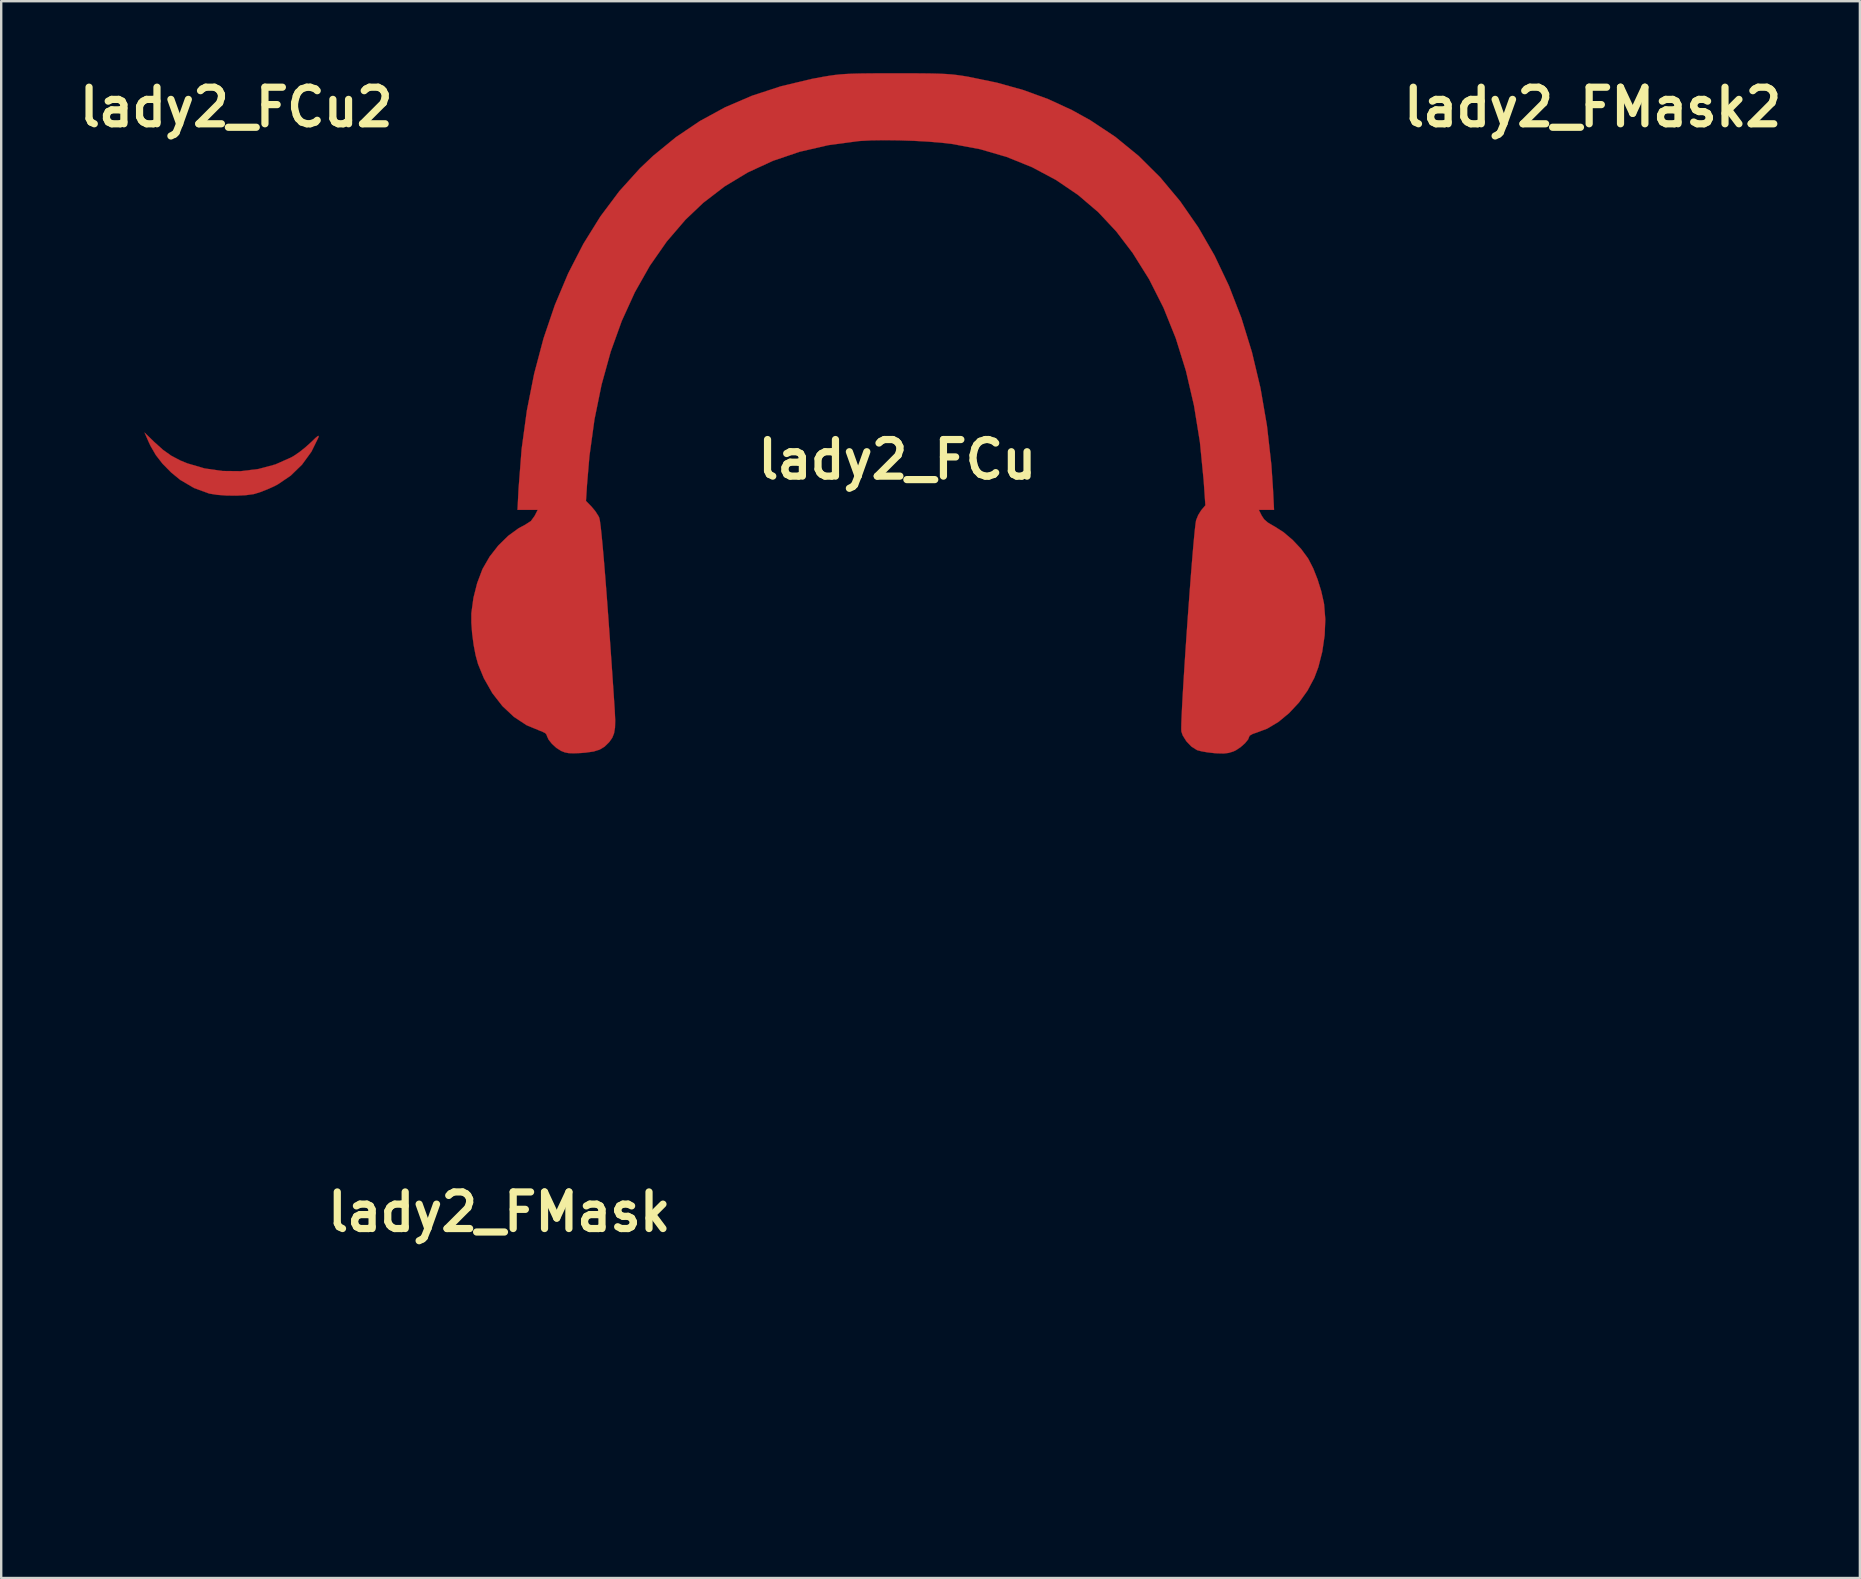
<source format=kicad_pcb>
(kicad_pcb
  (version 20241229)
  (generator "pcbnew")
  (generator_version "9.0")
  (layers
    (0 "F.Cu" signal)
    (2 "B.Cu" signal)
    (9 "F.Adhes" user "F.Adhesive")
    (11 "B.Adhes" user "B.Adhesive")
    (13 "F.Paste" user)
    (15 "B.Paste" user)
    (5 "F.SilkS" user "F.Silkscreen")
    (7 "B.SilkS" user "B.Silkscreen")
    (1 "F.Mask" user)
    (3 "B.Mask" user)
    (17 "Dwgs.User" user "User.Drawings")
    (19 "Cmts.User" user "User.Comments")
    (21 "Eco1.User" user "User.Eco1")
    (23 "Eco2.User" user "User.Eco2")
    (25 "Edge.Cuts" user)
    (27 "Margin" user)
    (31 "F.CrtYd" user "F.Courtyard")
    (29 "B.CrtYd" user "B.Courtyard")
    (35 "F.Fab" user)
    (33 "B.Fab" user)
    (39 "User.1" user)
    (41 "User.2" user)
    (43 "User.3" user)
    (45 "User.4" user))
  (footprint "lady2_FCu"
    (layer "F.Cu")
    (at 34.339 16.1)
    (property "Reference" "lady2_FCu" (at 0 0 0) (layer "F.SilkS") (effects (font (size 1.524 1.524) (thickness 0.3))))
    (attr through_hole)
    (fp_poly (pts (xy 0.539 -16.095) (xy 1.033 -16.092) (xy 1.436 -16.087) (xy 1.766 -16.078) (xy 2.042 -16.065) (xy 2.28 -16.047) (xy 2.499 -16.022) (xy 2.717 -15.991) (xy 2.953 -15.952) (xy 2.953 -15.952) (xy 4.15 -15.705) (xy 5.255 -15.397) (xy 6.29 -15.019) (xy 7.278 -14.563) (xy 8.045 -14.138) (xy 9.086 -13.447) (xy 10.057 -12.653) (xy 10.958 -11.757) (xy 11.787 -10.765) (xy 12.541 -9.679) (xy 13.219 -8.504) (xy 13.819 -7.243) (xy 14.339 -5.9) (xy 14.778 -4.477) (xy 15.134 -2.98) (xy 15.404 -1.411) (xy 15.588 0.225) (xy 15.657 1.254) (xy 15.699 2.095) (xy 15.065 2.095) (xy 15.184 2.334) (xy 15.287 2.49) (xy 15.443 2.626) (xy 15.685 2.769) (xy 15.722 2.788) (xy 16.093 3.025) (xy 16.472 3.347) (xy 16.822 3.718) (xy 17.107 4.104) (xy 17.136 4.152) (xy 17.332 4.534) (xy 17.514 4.995) (xy 17.667 5.487) (xy 17.774 5.964) (xy 17.785 6.032) (xy 17.835 6.652) (xy 17.808 7.323) (xy 17.709 8.003) (xy 17.545 8.649) (xy 17.377 9.096) (xy 17.093 9.628) (xy 16.737 10.124) (xy 16.326 10.564) (xy 15.88 10.933) (xy 15.417 11.21) (xy 14.983 11.373) (xy 14.804 11.434) (xy 14.69 11.5) (xy 14.668 11.535) (xy 14.618 11.663) (xy 14.487 11.822) (xy 14.306 11.982) (xy 14.108 12.114) (xy 13.998 12.165) (xy 13.809 12.223) (xy 13.606 12.247) (xy 13.343 12.241) (xy 13.2 12.231) (xy 12.928 12.2) (xy 12.68 12.157) (xy 12.504 12.111) (xy 12.486 12.104) (xy 12.257 11.959) (xy 12.047 11.74) (xy 11.892 11.492) (xy 11.837 11.329) (xy 11.833 11.215) (xy 11.837 10.989) (xy 11.85 10.662) (xy 11.87 10.248) (xy 11.897 9.759) (xy 11.93 9.211) (xy 11.967 8.614) (xy 12.008 7.983) (xy 12.052 7.331) (xy 12.098 6.671) (xy 12.146 6.015) (xy 12.193 5.378) (xy 12.239 4.773) (xy 12.284 4.211) (xy 12.326 3.708) (xy 12.365 3.275) (xy 12.399 2.927) (xy 12.428 2.675) (xy 12.45 2.534) (xy 12.452 2.527) (xy 12.538 2.314) (xy 12.664 2.112) (xy 12.675 2.099) (xy 12.838 1.906) (xy 12.767 0.874) (xy 12.61 -0.731) (xy 12.363 -2.256) (xy 12.027 -3.699) (xy 11.604 -5.057) (xy 11.092 -6.329) (xy 10.495 -7.512) (xy 9.811 -8.605) (xy 9.126 -9.505) (xy 8.373 -10.31) (xy 7.533 -11.027) (xy 6.613 -11.651) (xy 5.622 -12.18) (xy 4.566 -12.608) (xy 3.454 -12.933) (xy 2.294 -13.15) (xy 1.841 -13.203) (xy 1.284 -13.249) (xy 0.681 -13.282) (xy 0.064 -13.302) (xy -0.533 -13.309) (xy -1.077 -13.301) (xy -1.536 -13.277) (xy -1.62 -13.27) (xy -2.878 -13.101) (xy -4.066 -12.827) (xy -5.181 -12.449) (xy -6.224 -11.968) (xy -7.193 -11.384) (xy -8.088 -10.697) (xy -8.827 -9.994) (xy -9.609 -9.083) (xy -10.312 -8.074) (xy -10.937 -6.97) (xy -11.481 -5.775) (xy -11.943 -4.492) (xy -12.322 -3.123) (xy -12.618 -1.672) (xy -12.828 -0.143) (xy -12.928 1.036) (xy -12.972 1.723) (xy -12.744 1.957) (xy -12.586 2.146) (xy -12.455 2.349) (xy -12.419 2.423) (xy -12.394 2.538) (xy -12.361 2.776) (xy -12.323 3.132) (xy -12.278 3.601) (xy -12.227 4.179) (xy -12.171 4.863) (xy -12.11 5.647) (xy -12.045 6.526) (xy -11.975 7.498) (xy -11.901 8.556) (xy -11.823 9.697) (xy -11.773 10.454) (xy -11.754 10.86) (xy -11.762 11.168) (xy -11.801 11.403) (xy -11.876 11.591) (xy -11.993 11.759) (xy -12.02 11.79) (xy -12.2 11.965) (xy -12.402 12.086) (xy -12.655 12.165) (xy -12.989 12.212) (xy -13.192 12.228) (xy -13.486 12.24) (xy -13.694 12.232) (xy -13.856 12.2) (xy -14.009 12.139) (xy -14.204 12.015) (xy -14.388 11.847) (xy -14.531 11.668) (xy -14.602 11.512) (xy -14.605 11.482) (xy -14.663 11.402) (xy -14.819 11.324) (xy -14.875 11.306) (xy -15.442 11.071) (xy -15.971 10.724) (xy -16.452 10.274) (xy -16.874 9.732) (xy -17.228 9.109) (xy -17.469 8.521) (xy -17.569 8.16) (xy -17.653 7.721) (xy -17.715 7.251) (xy -17.748 6.8) (xy -17.748 6.416) (xy -17.746 6.385) (xy -17.662 5.766) (xy -17.506 5.148) (xy -17.294 4.587) (xy -17.271 4.538) (xy -16.986 4.044) (xy -16.626 3.583) (xy -16.215 3.18) (xy -15.78 2.862) (xy -15.51 2.718) (xy -15.266 2.561) (xy -15.111 2.346) (xy -14.983 2.095) (xy -15.825 2.095) (xy -15.781 1.222) (xy -15.653 -0.44) (xy -15.435 -2.042) (xy -15.13 -3.58) (xy -14.741 -5.048) (xy -14.268 -6.442) (xy -13.714 -7.757) (xy -13.081 -8.989) (xy -12.37 -10.132) (xy -11.584 -11.182) (xy -10.725 -12.133) (xy -10.173 -12.657) (xy -9.224 -13.433) (xy -8.227 -14.106) (xy -7.172 -14.681) (xy -6.049 -15.163) (xy -4.849 -15.555) (xy -3.562 -15.862) (xy -3.08 -15.952) (xy -2.844 -15.991) (xy -2.626 -16.023) (xy -2.406 -16.047) (xy -2.167 -16.065) (xy -1.891 -16.078) (xy -1.56 -16.087) (xy -1.156 -16.092) (xy -0.661 -16.095) (xy -0.064 -16.095) (xy 0.539 -16.095)) (stroke (width 0.01) (type solid)) (fill yes) (layer "F.Cu")))
  (footprint "lady2_FMask"
    (layer "F.Cu")
    (at 17.753 47.452)
    (property "Reference" "lady2_FMask" (at 0 0 0) (layer "F.SilkS") (effects (font (size 1.524 1.524) (thickness 0.3))))
    (attr through_hole)
    (fp_poly (pts (xy 0.539 -16.095) (xy 1.033 -16.092) (xy 1.436 -16.087) (xy 1.766 -16.078) (xy 2.042 -16.065) (xy 2.28 -16.047) (xy 2.499 -16.022) (xy 2.717 -15.991) (xy 2.953 -15.952) (xy 2.953 -15.952) (xy 4.15 -15.705) (xy 5.255 -15.397) (xy 6.29 -15.019) (xy 7.278 -14.563) (xy 8.045 -14.138) (xy 9.086 -13.447) (xy 10.057 -12.653) (xy 10.958 -11.757) (xy 11.787 -10.765) (xy 12.541 -9.679) (xy 13.219 -8.504) (xy 13.819 -7.243) (xy 14.339 -5.9) (xy 14.778 -4.477) (xy 15.134 -2.98) (xy 15.404 -1.411) (xy 15.588 0.225) (xy 15.657 1.254) (xy 15.699 2.095) (xy 15.065 2.095) (xy 15.184 2.334) (xy 15.287 2.49) (xy 15.443 2.626) (xy 15.685 2.769) (xy 15.722 2.788) (xy 16.093 3.025) (xy 16.472 3.347) (xy 16.822 3.718) (xy 17.107 4.104) (xy 17.136 4.152) (xy 17.332 4.534) (xy 17.514 4.995) (xy 17.667 5.487) (xy 17.774 5.964) (xy 17.785 6.032) (xy 17.835 6.652) (xy 17.808 7.323) (xy 17.709 8.003) (xy 17.545 8.649) (xy 17.377 9.096) (xy 17.093 9.628) (xy 16.737 10.124) (xy 16.326 10.564) (xy 15.88 10.933) (xy 15.417 11.21) (xy 14.983 11.373) (xy 14.804 11.434) (xy 14.69 11.5) (xy 14.668 11.535) (xy 14.618 11.663) (xy 14.487 11.822) (xy 14.306 11.982) (xy 14.108 12.114) (xy 13.998 12.165) (xy 13.809 12.223) (xy 13.606 12.247) (xy 13.343 12.241) (xy 13.2 12.231) (xy 12.928 12.2) (xy 12.68 12.157) (xy 12.504 12.111) (xy 12.486 12.104) (xy 12.257 11.959) (xy 12.047 11.74) (xy 11.892 11.492) (xy 11.837 11.329) (xy 11.833 11.215) (xy 11.837 10.989) (xy 11.85 10.662) (xy 11.87 10.248) (xy 11.897 9.759) (xy 11.93 9.211) (xy 11.967 8.614) (xy 12.008 7.983) (xy 12.052 7.331) (xy 12.098 6.671) (xy 12.146 6.015) (xy 12.193 5.378) (xy 12.239 4.773) (xy 12.284 4.211) (xy 12.326 3.708) (xy 12.365 3.275) (xy 12.399 2.927) (xy 12.428 2.675) (xy 12.45 2.534) (xy 12.452 2.527) (xy 12.538 2.314) (xy 12.664 2.112) (xy 12.675 2.099) (xy 12.838 1.906) (xy 12.767 0.874) (xy 12.61 -0.731) (xy 12.363 -2.256) (xy 12.027 -3.699) (xy 11.604 -5.057) (xy 11.092 -6.329) (xy 10.495 -7.512) (xy 9.811 -8.605) (xy 9.126 -9.505) (xy 8.373 -10.31) (xy 7.533 -11.027) (xy 6.613 -11.651) (xy 5.622 -12.18) (xy 4.566 -12.608) (xy 3.454 -12.933) (xy 2.294 -13.15) (xy 1.841 -13.203) (xy 1.284 -13.249) (xy 0.681 -13.282) (xy 0.064 -13.302) (xy -0.533 -13.309) (xy -1.077 -13.301) (xy -1.536 -13.277) (xy -1.62 -13.27) (xy -2.878 -13.101) (xy -4.066 -12.827) (xy -5.181 -12.449) (xy -6.224 -11.968) (xy -7.193 -11.384) (xy -8.088 -10.697) (xy -8.827 -9.994) (xy -9.609 -9.083) (xy -10.312 -8.074) (xy -10.937 -6.97) (xy -11.481 -5.775) (xy -11.943 -4.492) (xy -12.322 -3.123) (xy -12.618 -1.672) (xy -12.828 -0.143) (xy -12.928 1.036) (xy -12.972 1.723) (xy -12.744 1.957) (xy -12.586 2.146) (xy -12.455 2.349) (xy -12.419 2.423) (xy -12.394 2.538) (xy -12.361 2.776) (xy -12.323 3.132) (xy -12.278 3.601) (xy -12.227 4.179) (xy -12.171 4.863) (xy -12.11 5.647) (xy -12.045 6.526) (xy -11.975 7.498) (xy -11.901 8.556) (xy -11.823 9.697) (xy -11.773 10.454) (xy -11.754 10.86) (xy -11.762 11.168) (xy -11.801 11.403) (xy -11.876 11.591) (xy -11.993 11.759) (xy -12.02 11.79) (xy -12.2 11.965) (xy -12.402 12.086) (xy -12.655 12.165) (xy -12.989 12.212) (xy -13.192 12.228) (xy -13.486 12.24) (xy -13.694 12.232) (xy -13.856 12.2) (xy -14.009 12.139) (xy -14.204 12.015) (xy -14.388 11.847) (xy -14.531 11.668) (xy -14.602 11.512) (xy -14.605 11.482) (xy -14.663 11.402) (xy -14.819 11.324) (xy -14.875 11.306) (xy -15.442 11.071) (xy -15.971 10.724) (xy -16.452 10.274) (xy -16.874 9.732) (xy -17.228 9.109) (xy -17.469 8.521) (xy -17.569 8.16) (xy -17.653 7.721) (xy -17.715 7.251) (xy -17.748 6.8) (xy -17.748 6.416) (xy -17.746 6.385) (xy -17.662 5.766) (xy -17.506 5.148) (xy -17.294 4.587) (xy -17.271 4.538) (xy -16.986 4.044) (xy -16.626 3.583) (xy -16.215 3.18) (xy -15.78 2.862) (xy -15.51 2.718) (xy -15.266 2.561) (xy -15.111 2.346) (xy -14.983 2.095) (xy -15.825 2.095) (xy -15.781 1.222) (xy -15.653 -0.44) (xy -15.435 -2.042) (xy -15.13 -3.58) (xy -14.741 -5.048) (xy -14.268 -6.442) (xy -13.714 -7.757) (xy -13.081 -8.989) (xy -12.37 -10.132) (xy -11.584 -11.182) (xy -10.725 -12.133) (xy -10.173 -12.657) (xy -9.224 -13.433) (xy -8.227 -14.106) (xy -7.172 -14.681) (xy -6.049 -15.163) (xy -4.849 -15.555) (xy -3.562 -15.862) (xy -3.08 -15.952) (xy -2.844 -15.991) (xy -2.626 -16.023) (xy -2.406 -16.047) (xy -2.167 -16.065) (xy -1.891 -16.078) (xy -1.56 -16.087) (xy -1.156 -16.092) (xy -0.661 -16.095) (xy -0.064 -16.095) (xy 0.539 -16.095)) (stroke (width 0.01) (type solid)) (fill yes) (layer "F.Mask")))
  (footprint "lady2_FCu2"
    (layer "F.Cu")
    (at 6.793 1.418)
    (property "Reference" "lady2_FCu2" (at 0 0 0) (layer "F.SilkS") (effects (font (size 1.524 1.524) (thickness 0.3))))
    (attr through_hole)
    (fp_poly (pts (xy -3.418 13.947) (xy -3.053 14.275) (xy -2.706 14.522) (xy -2.33 14.72) (xy -2.04 14.839) (xy -1.321 15.05) (xy -0.572 15.158) (xy 0.185 15.166) (xy 0.927 15.074) (xy 1.633 14.884) (xy 2.28 14.597) (xy 2.398 14.53) (xy 2.627 14.375) (xy 2.885 14.17) (xy 3.118 13.959) (xy 3.121 13.957) (xy 3.298 13.786) (xy 3.4 13.702) (xy 3.438 13.696) (xy 3.423 13.764) (xy 3.423 13.764) (xy 3.133 14.355) (xy 2.743 14.891) (xy 2.269 15.352) (xy 1.729 15.718) (xy 1.581 15.795) (xy 1.298 15.922) (xy 1.011 16.034) (xy 0.771 16.11) (xy 0.711 16.124) (xy 0.389 16.167) (xy -0.000384 16.185) (xy -0.411 16.18) (xy -0.796 16.151) (xy -1.109 16.101) (xy -1.143 16.092) (xy -1.759 15.866) (xy -2.332 15.529) (xy -2.708 15.222) (xy -3.072 14.852) (xy -3.35 14.494) (xy -3.573 14.109) (xy -3.66 13.921) (xy -3.819 13.557) (xy -3.418 13.947)) (stroke (width 0.01) (type solid)) (fill yes) (layer "F.Cu")))
  (footprint "lady2_FMask2"
    (layer "F.Cu")
    (at 63.314 1.418)
    (property "Reference" "lady2_FMask2" (at 0 0 0) (layer "F.SilkS") (effects (font (size 1.524 1.524) (thickness 0.3))))
    (attr through_hole)
    (fp_poly (pts (xy -3.418 13.947) (xy -3.053 14.275) (xy -2.706 14.522) (xy -2.33 14.72) (xy -2.04 14.839) (xy -1.321 15.05) (xy -0.572 15.158) (xy 0.185 15.166) (xy 0.927 15.074) (xy 1.633 14.884) (xy 2.28 14.597) (xy 2.398 14.53) (xy 2.627 14.375) (xy 2.885 14.17) (xy 3.118 13.959) (xy 3.121 13.957) (xy 3.298 13.786) (xy 3.4 13.702) (xy 3.438 13.696) (xy 3.423 13.764) (xy 3.423 13.764) (xy 3.133 14.355) (xy 2.743 14.891) (xy 2.269 15.352) (xy 1.729 15.718) (xy 1.581 15.795) (xy 1.298 15.922) (xy 1.011 16.034) (xy 0.771 16.11) (xy 0.711 16.124) (xy 0.389 16.167) (xy -0.000384 16.185) (xy -0.411 16.18) (xy -0.796 16.151) (xy -1.109 16.101) (xy -1.143 16.092) (xy -1.759 15.866) (xy -2.332 15.529) (xy -2.708 15.222) (xy -3.072 14.852) (xy -3.35 14.494) (xy -3.573 14.109) (xy -3.66 13.921) (xy -3.819 13.557) (xy -3.418 13.947)) (stroke (width 0.01) (type solid)) (fill yes) (layer "F.Mask")))
  (gr_rect
    (start -3 -3)
    (end 74.45 62.704)
    (stroke (width 0.1) (type default))
    (fill no)
    (layer "Edge.Cuts")))
</source>
